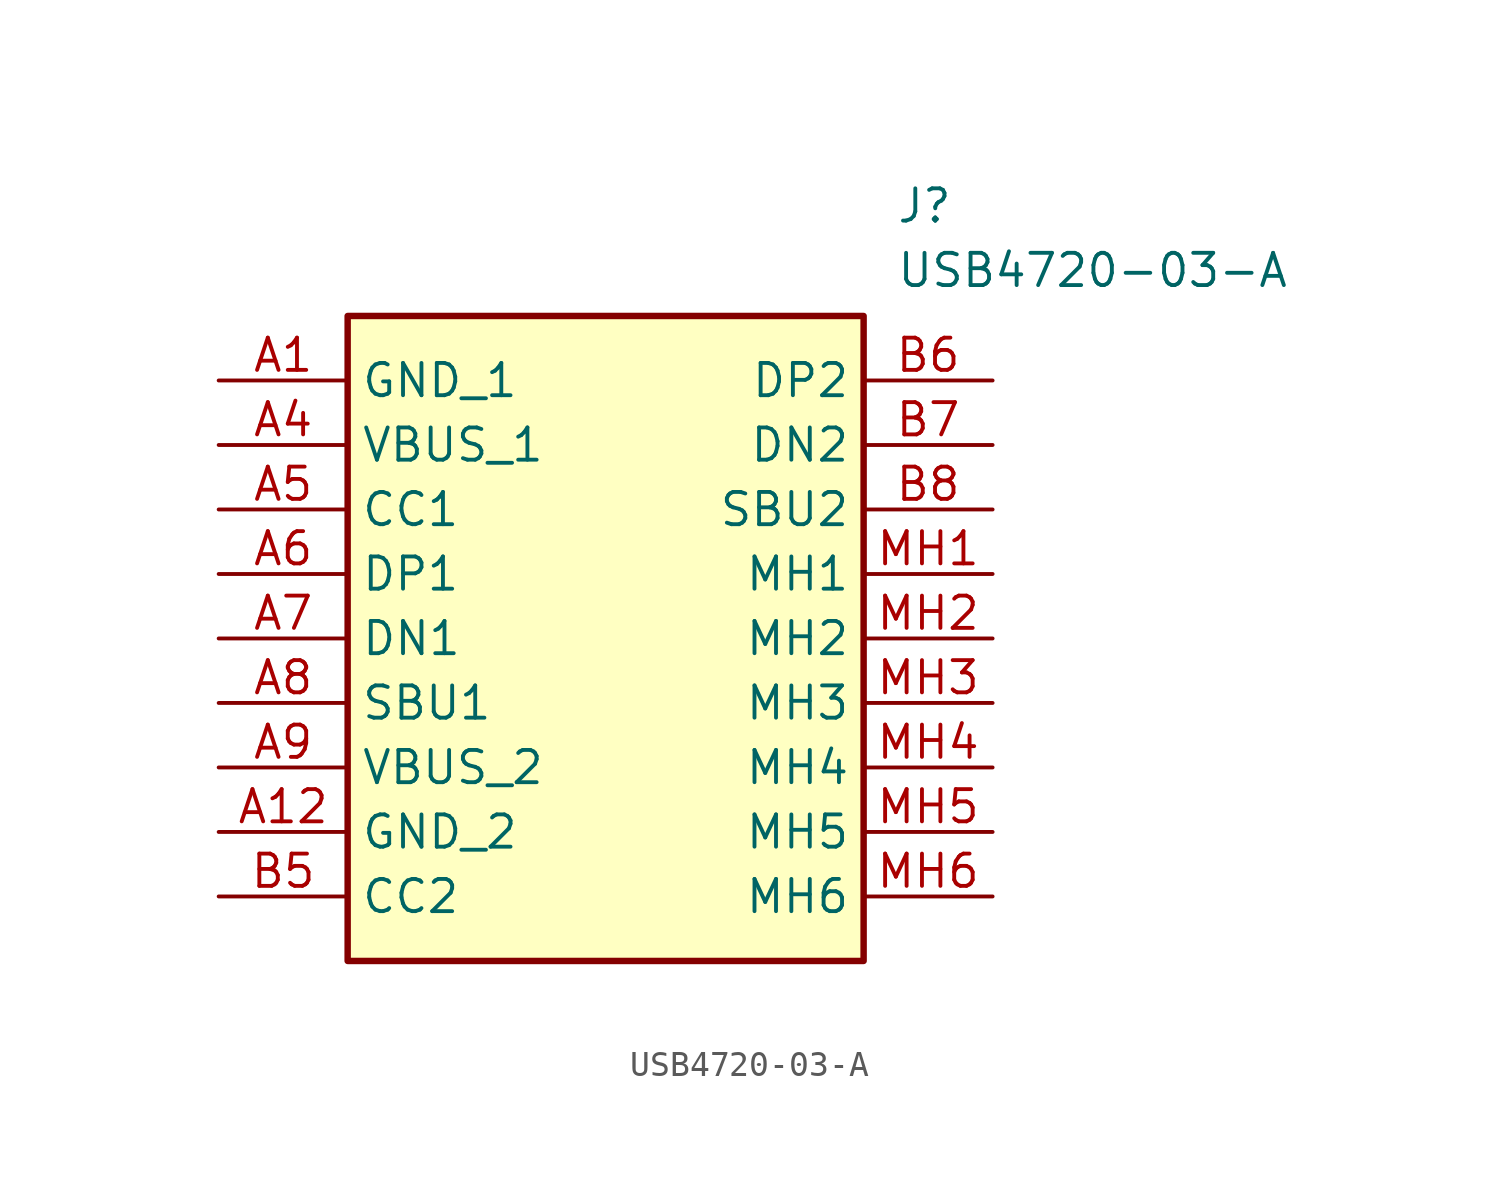
<source format=kicad_sym>
(kicad_symbol_lib
  (version 20211014)
  (generator SamacSys_ECAD_Model)
  (symbol "USB4720-03-A"
    (property "Reference" "J"
      (at 26.67 7.62 0)
      (effects (font (size 1.27 1.27)) (justify left top)))
    (property "Value" "USB4720-03-A"
      (at 26.67 5.08 0)
      (effects (font (size 1.27 1.27)) (justify left top)))
    (rectangle
      (start 5.08 2.54)
      (end 25.4 -22.86)
      (stroke (width 0.254) (type default))
      (fill (type background)))
    (pin passive line
      (at 0 0 0)
      (length 5.08)
      (name "GND_1" (effects (font (size 1.27 1.27))))
      (number "A1" (effects (font (size 1.27 1.27)))))
    (pin passive line
      (at 0 -2.54 0)
      (length 5.08)
      (name "VBUS_1" (effects (font (size 1.27 1.27))))
      (number "A4" (effects (font (size 1.27 1.27)))))
    (pin passive line
      (at 0 -5.08 0)
      (length 5.08)
      (name "CC1" (effects (font (size 1.27 1.27))))
      (number "A5" (effects (font (size 1.27 1.27)))))
    (pin passive line
      (at 0 -7.62 0)
      (length 5.08)
      (name "DP1" (effects (font (size 1.27 1.27))))
      (number "A6" (effects (font (size 1.27 1.27)))))
    (pin passive line
      (at 0 -10.16 0)
      (length 5.08)
      (name "DN1" (effects (font (size 1.27 1.27))))
      (number "A7" (effects (font (size 1.27 1.27)))))
    (pin passive line
      (at 0 -12.7 0)
      (length 5.08)
      (name "SBU1" (effects (font (size 1.27 1.27))))
      (number "A8" (effects (font (size 1.27 1.27)))))
    (pin passive line
      (at 0 -15.24 0)
      (length 5.08)
      (name "VBUS_2" (effects (font (size 1.27 1.27))))
      (number "A9" (effects (font (size 1.27 1.27)))))
    (pin passive line
      (at 0 -17.78 0)
      (length 5.08)
      (name "GND_2" (effects (font (size 1.27 1.27))))
      (number "A12" (effects (font (size 1.27 1.27)))))
    (pin passive line
      (at 0 -20.32 0)
      (length 5.08)
      (name "CC2" (effects (font (size 1.27 1.27))))
      (number "B5" (effects (font (size 1.27 1.27)))))
    (pin passive line
      (at 30.48 0 180)
      (length 5.08)
      (name "DP2" (effects (font (size 1.27 1.27))))
      (number "B6" (effects (font (size 1.27 1.27)))))
    (pin passive line
      (at 30.48 -2.54 180)
      (length 5.08)
      (name "DN2" (effects (font (size 1.27 1.27))))
      (number "B7" (effects (font (size 1.27 1.27)))))
    (pin passive line
      (at 30.48 -5.08 180)
      (length 5.08)
      (name "SBU2" (effects (font (size 1.27 1.27))))
      (number "B8" (effects (font (size 1.27 1.27)))))
    (pin passive line
      (at 30.48 -7.62 180)
      (length 5.08)
      (name "MH1" (effects (font (size 1.27 1.27))))
      (number "MH1" (effects (font (size 1.27 1.27)))))
    (pin passive line
      (at 30.48 -10.16 180)
      (length 5.08)
      (name "MH2" (effects (font (size 1.27 1.27))))
      (number "MH2" (effects (font (size 1.27 1.27)))))
    (pin passive line
      (at 30.48 -12.7 180)
      (length 5.08)
      (name "MH3" (effects (font (size 1.27 1.27))))
      (number "MH3" (effects (font (size 1.27 1.27)))))
    (pin passive line
      (at 30.48 -15.24 180)
      (length 5.08)
      (name "MH4" (effects (font (size 1.27 1.27))))
      (number "MH4" (effects (font (size 1.27 1.27)))))
    (pin passive line
      (at 30.48 -17.78 180)
      (length 5.08)
      (name "MH5" (effects (font (size 1.27 1.27))))
      (number "MH5" (effects (font (size 1.27 1.27)))))
    (pin passive line
      (at 30.48 -20.32 180)
      (length 5.08)
      (name "MH6" (effects (font (size 1.27 1.27))))
      (number "MH6" (effects (font (size 1.27 1.27)))))))
</source>
